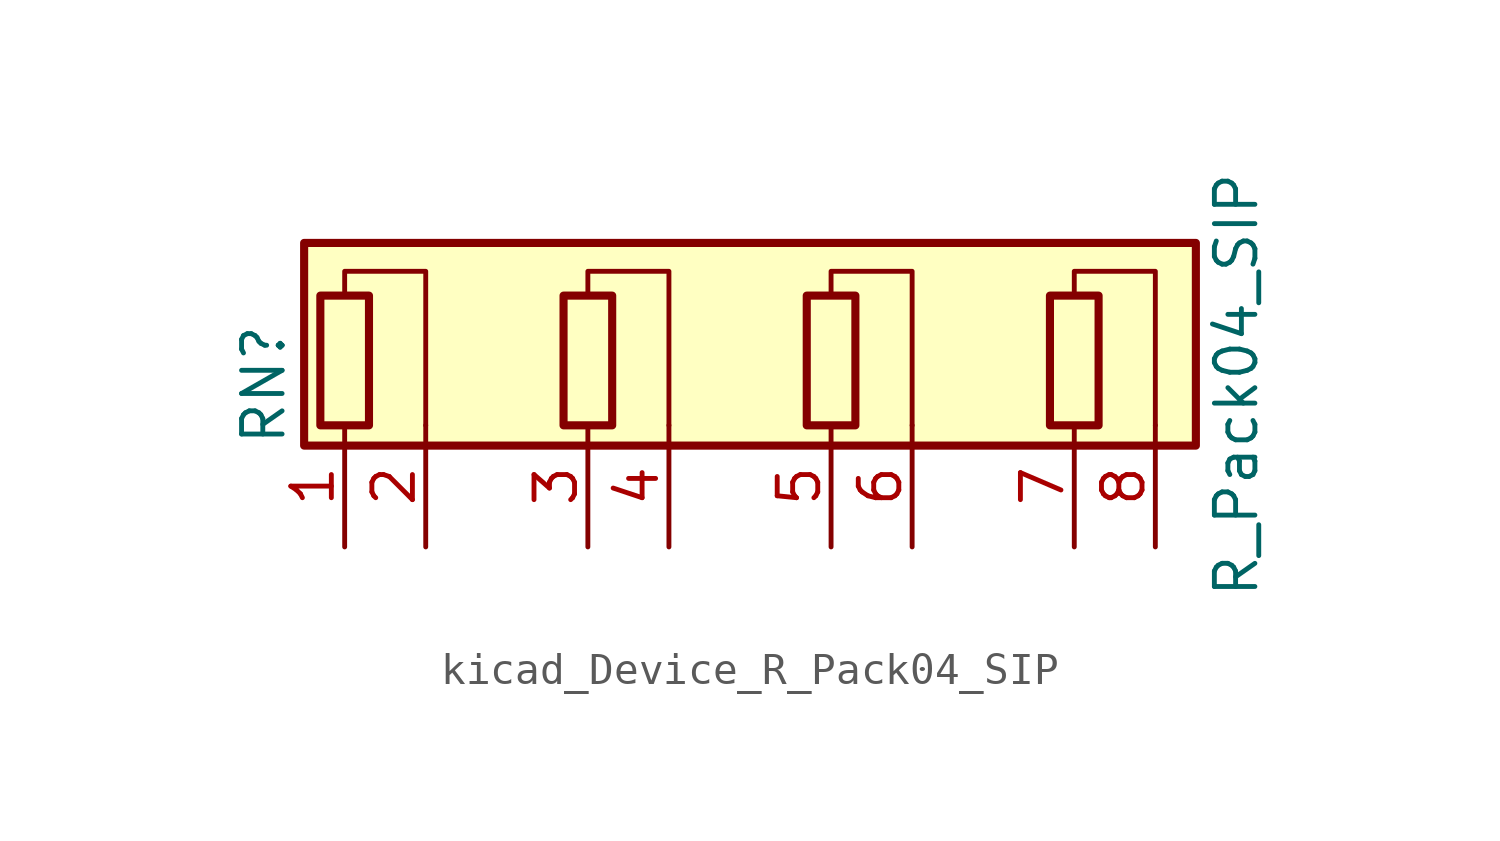
<source format=kicad_sym>
(kicad_symbol_lib
  (version 20220914)
  (generator kicad_symbol_editor)
  (symbol "kicad_Device_R_Pack04_SIP"
    (pin_names
      (offset 0) hide)
    (property "Reference" "RN"
      (at -15.24 0 90)
      (effects (font (size 1.27 1.27))))
    (property "Value" "R_Pack04_SIP"
      (at 15.24 0 90)
      (effects (font (size 1.27 1.27))))
    (symbol "kicad_Device_R_Pack04_SIP_0_1"
      (rectangle (start -13.97 -1.905) (end 13.97 4.445) (stroke (width 0.254) (type default)) (fill (type background)))
      (rectangle (start -13.462 2.794) (end -11.938 -1.27) (stroke (width 0.254) (type default)) (fill (type none)))
      (rectangle (start -5.842 2.794) (end -4.318 -1.27) (stroke (width 0.254) (type default)) (fill (type none)))
      (polyline (pts (xy -12.7 2.794) (xy -12.7 3.556) (xy -10.16 3.556) (xy -10.16 -1.27)) (stroke (width 0) (type default)) (fill (type none)))
      (polyline (pts (xy -5.08 2.794) (xy -5.08 3.556) (xy -2.54 3.556) (xy -2.54 -1.27)) (stroke (width 0) (type default)) (fill (type none)))
      (polyline (pts (xy 2.54 2.794) (xy 2.54 3.556) (xy 5.08 3.556) (xy 5.08 -1.27)) (stroke (width 0) (type default)) (fill (type none)))
      (polyline (pts (xy 10.16 2.794) (xy 10.16 3.556) (xy 12.7 3.556) (xy 12.7 -1.27)) (stroke (width 0) (type default)) (fill (type none)))
      (rectangle (start 1.778 2.794) (end 3.302 -1.27) (stroke (width 0.254) (type default)) (fill (type none)))
      (rectangle (start 9.398 2.794) (end 10.922 -1.27) (stroke (width 0.254) (type default)) (fill (type none))))
    (symbol "kicad_Device_R_Pack04_SIP_1_1"
      (pin passive line (at -12.7 -5.08 90) (length 3.81) (name "R1.1" (effects (font (size 1.27 1.27)))) (number "1" (effects (font (size 1.27 1.27)))))
      (pin passive line (at -10.16 -5.08 90) (length 3.81) (name "R1.2" (effects (font (size 1.27 1.27)))) (number "2" (effects (font (size 1.27 1.27)))))
      (pin passive line (at -5.08 -5.08 90) (length 3.81) (name "R2.1" (effects (font (size 1.27 1.27)))) (number "3" (effects (font (size 1.27 1.27)))))
      (pin passive line (at -2.54 -5.08 90) (length 3.81) (name "R2.2" (effects (font (size 1.27 1.27)))) (number "4" (effects (font (size 1.27 1.27)))))
      (pin passive line (at 2.54 -5.08 90) (length 3.81) (name "R3.1" (effects (font (size 1.27 1.27)))) (number "5" (effects (font (size 1.27 1.27)))))
      (pin passive line (at 5.08 -5.08 90) (length 3.81) (name "R3.2" (effects (font (size 1.27 1.27)))) (number "6" (effects (font (size 1.27 1.27)))))
      (pin passive line (at 10.16 -5.08 90) (length 3.81) (name "R4.1" (effects (font (size 1.27 1.27)))) (number "7" (effects (font (size 1.27 1.27)))))
      (pin passive line (at 12.7 -5.08 90) (length 3.81) (name "R4.2" (effects (font (size 1.27 1.27)))) (number "8" (effects (font (size 1.27 1.27))))))))
</source>
